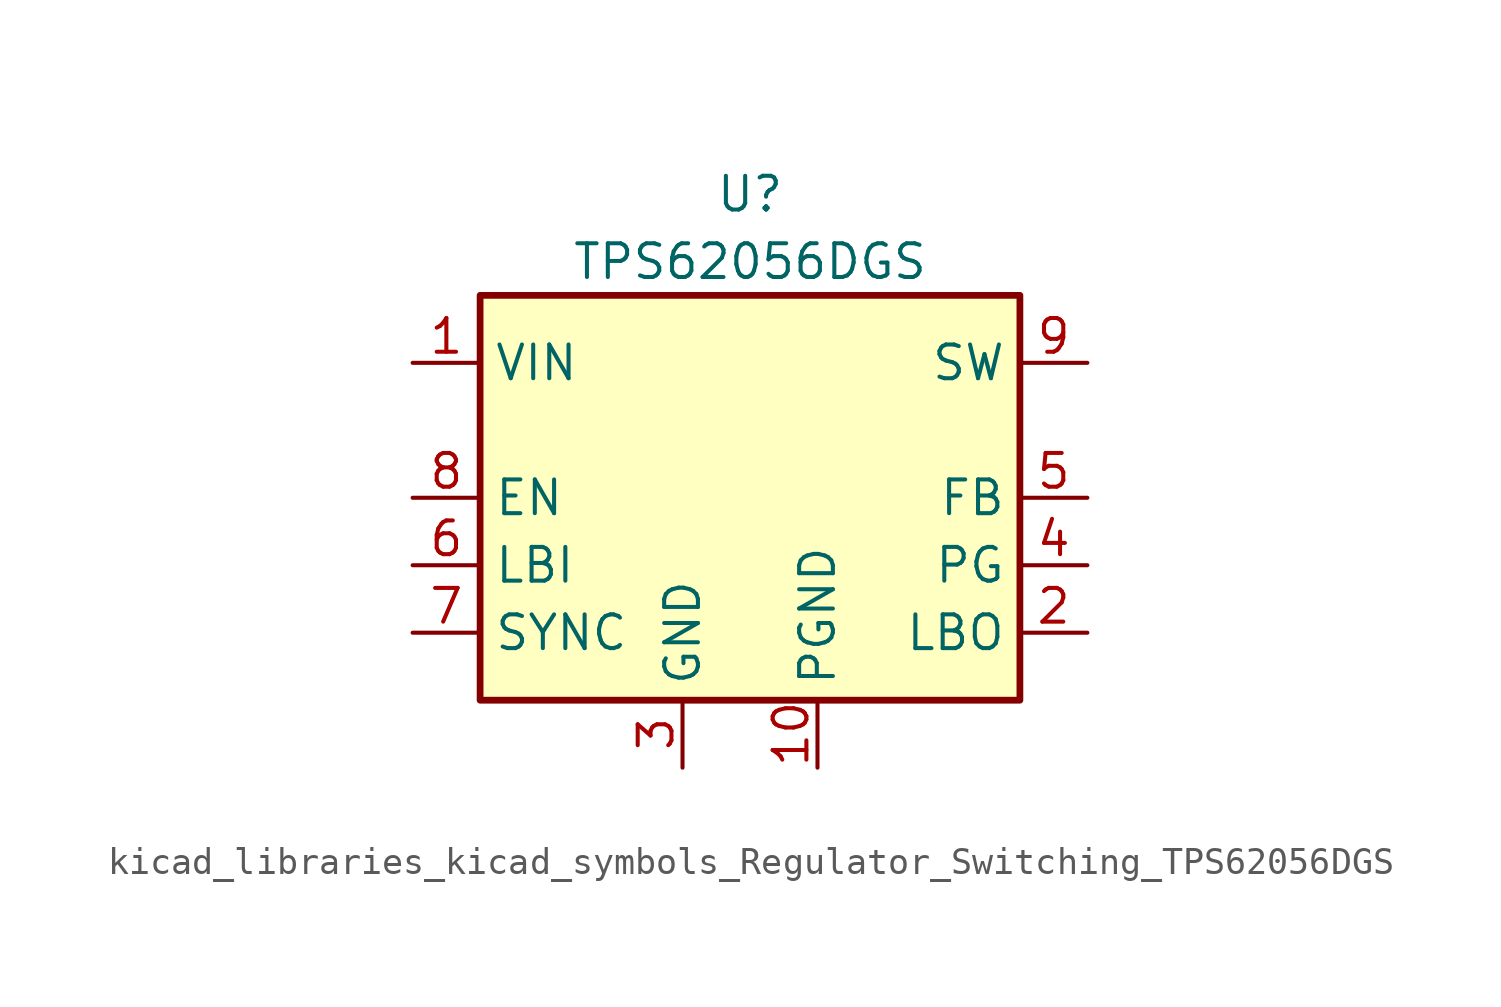
<source format=kicad_sym>
(kicad_symbol_lib
  (version 20220914)
  (generator kicad_symbol_editor)
  (symbol "kicad_libraries_kicad_symbols_Regulator_Switching_TPS62056DGS"
    (property "Reference" "U"
      (at 0 11.43 0)
      (effects (font (size 1.27 1.27))))
    (property "Value" "TPS62056DGS"
      (at 0 8.89 0)
      (effects (font (size 1.27 1.27))))
    (symbol "kicad_libraries_kicad_symbols_Regulator_Switching_TPS62056DGS_1_1"
      (rectangle (start -10.16 7.62) (end 10.16 -7.62) (stroke (width 0.254) (type default)) (fill (type background)))
      (pin power_in line (at -12.7 5.08 0) (length 2.54) (name "VIN" (effects (font (size 1.27 1.27)))) (number "1" (effects (font (size 1.27 1.27)))))
      (pin power_in line (at 2.54 -10.16 90) (length 2.54) (name "PGND" (effects (font (size 1.27 1.27)))) (number "10" (effects (font (size 1.27 1.27)))))
      (pin open_collector line (at 12.7 -5.08 180) (length 2.54) (name "LBO" (effects (font (size 1.27 1.27)))) (number "2" (effects (font (size 1.27 1.27)))))
      (pin power_in line (at -2.54 -10.16 90) (length 2.54) (name "GND" (effects (font (size 1.27 1.27)))) (number "3" (effects (font (size 1.27 1.27)))))
      (pin open_collector line (at 12.7 -2.54 180) (length 2.54) (name "PG" (effects (font (size 1.27 1.27)))) (number "4" (effects (font (size 1.27 1.27)))))
      (pin input line (at 12.7 0 180) (length 2.54) (name "FB" (effects (font (size 1.27 1.27)))) (number "5" (effects (font (size 1.27 1.27)))))
      (pin input line (at -12.7 -2.54 0) (length 2.54) (name "LBI" (effects (font (size 1.27 1.27)))) (number "6" (effects (font (size 1.27 1.27)))))
      (pin input line (at -12.7 -5.08 0) (length 2.54) (name "SYNC" (effects (font (size 1.27 1.27)))) (number "7" (effects (font (size 1.27 1.27)))))
      (pin input line (at -12.7 0 0) (length 2.54) (name "EN" (effects (font (size 1.27 1.27)))) (number "8" (effects (font (size 1.27 1.27)))))
      (pin power_out line (at 12.7 5.08 180) (length 2.54) (name "SW" (effects (font (size 1.27 1.27)))) (number "9" (effects (font (size 1.27 1.27))))))))
</source>
